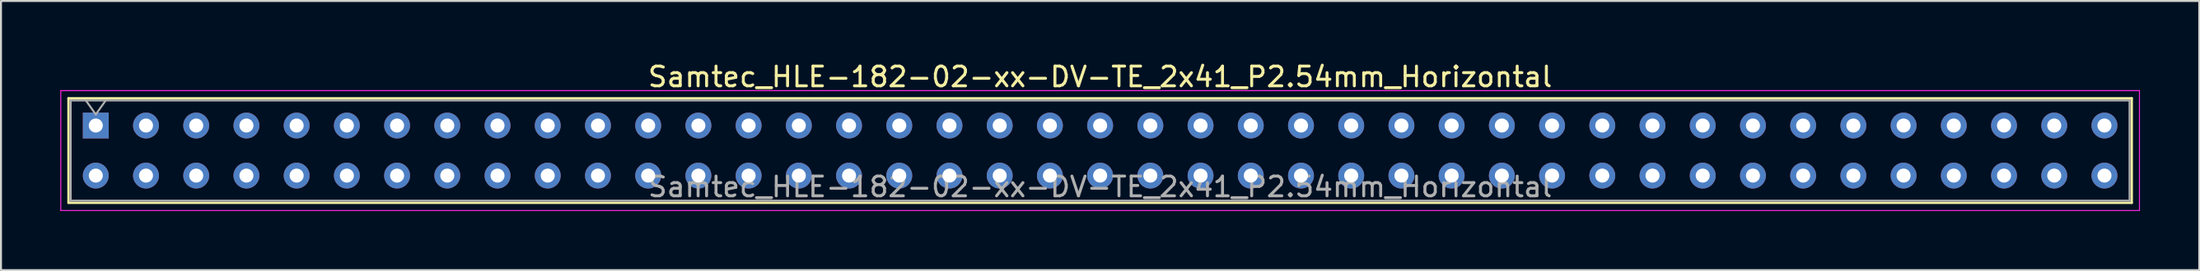
<source format=kicad_pcb>
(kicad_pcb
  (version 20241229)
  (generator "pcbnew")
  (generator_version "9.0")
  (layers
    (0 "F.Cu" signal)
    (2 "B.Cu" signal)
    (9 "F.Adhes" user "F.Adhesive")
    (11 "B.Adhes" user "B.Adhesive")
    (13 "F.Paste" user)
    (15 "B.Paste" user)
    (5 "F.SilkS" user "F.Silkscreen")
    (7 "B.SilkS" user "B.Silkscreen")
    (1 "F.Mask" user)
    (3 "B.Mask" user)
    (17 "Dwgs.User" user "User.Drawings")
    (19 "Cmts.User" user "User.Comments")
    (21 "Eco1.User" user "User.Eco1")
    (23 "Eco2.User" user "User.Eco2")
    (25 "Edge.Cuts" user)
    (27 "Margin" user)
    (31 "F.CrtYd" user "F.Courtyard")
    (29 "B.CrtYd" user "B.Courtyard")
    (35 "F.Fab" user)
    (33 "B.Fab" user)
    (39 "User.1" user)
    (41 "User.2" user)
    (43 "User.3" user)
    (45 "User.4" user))
  (footprint "Samtec_HLE-182-02-xx-DV-TE_2x41_P2.54mm_Horizontal"
    (layer "F.Cu")
    (at 1.795 3.318)
    (property "Reference" "Samtec_HLE-182-02-xx-DV-TE_2x41_P2.54mm_Horizontal" (at 50.8 -2.47 0) (layer "F.SilkS") (effects (font (size 1 1) (thickness 0.15))))
    (attr through_hole)
    (fp_line (start -1.38 -1.38) (end 102.98 -1.38) (stroke (width 0.12) (type solid)) (layer "F.SilkS"))
    (fp_line (start -1.38 3.92) (end -1.38 -1.38) (stroke (width 0.12) (type solid)) (layer "F.SilkS"))
    (fp_line (start 102.98 -1.38) (end 102.98 3.92) (stroke (width 0.12) (type solid)) (layer "F.SilkS"))
    (fp_line (start 102.98 3.92) (end -1.38 3.92) (stroke (width 0.12) (type solid)) (layer "F.SilkS"))
    (fp_line (start -1.77 -1.77) (end 103.37 -1.77) (stroke (width 0.05) (type solid)) (layer "F.CrtYd"))
    (fp_line (start -1.77 4.31) (end -1.77 -1.77) (stroke (width 0.05) (type solid)) (layer "F.CrtYd"))
    (fp_line (start 103.37 -1.77) (end 103.37 4.31) (stroke (width 0.05) (type solid)) (layer "F.CrtYd"))
    (fp_line (start 103.37 4.31) (end -1.77 4.31) (stroke (width 0.05) (type solid)) (layer "F.CrtYd"))
    (fp_line (start -1.27 -1.27) (end 102.87 -1.27) (stroke (width 0.1) (type solid)) (layer "F.Fab"))
    (fp_line (start -1.27 3.81) (end -1.27 -1.27) (stroke (width 0.1) (type solid)) (layer "F.Fab"))
    (fp_line (start -0.5 -1.27) (end 0 -0.563) (stroke (width 0.1) (type solid)) (layer "F.Fab"))
    (fp_line (start 0 -0.563) (end 0.5 -1.27) (stroke (width 0.1) (type solid)) (layer "F.Fab"))
    (fp_line (start 102.87 -1.27) (end 102.87 3.81) (stroke (width 0.1) (type solid)) (layer "F.Fab"))
    (fp_line (start 102.87 3.81) (end -1.27 3.81) (stroke (width 0.1) (type solid)) (layer "F.Fab"))
    (fp_text user "${REFERENCE}" (at 50.8 3.11 0) (layer "F.Fab") (effects (font (size 1 1) (thickness 0.15))))
    (pad "1" thru_hole rect (at 0 0) (size 1.31 1.31) (drill 0.71) (layers "*.Cu" "*.Mask"))
    (pad "2" thru_hole circle (at 0 2.54) (size 1.31 1.31) (drill 0.71) (layers "*.Cu" "*.Mask"))
    (pad "3" thru_hole circle (at 2.54 0) (size 1.31 1.31) (drill 0.71) (layers "*.Cu" "*.Mask"))
    (pad "4" thru_hole circle (at 2.54 2.54) (size 1.31 1.31) (drill 0.71) (layers "*.Cu" "*.Mask"))
    (pad "5" thru_hole circle (at 5.08 0) (size 1.31 1.31) (drill 0.71) (layers "*.Cu" "*.Mask"))
    (pad "6" thru_hole circle (at 5.08 2.54) (size 1.31 1.31) (drill 0.71) (layers "*.Cu" "*.Mask"))
    (pad "7" thru_hole circle (at 7.62 0) (size 1.31 1.31) (drill 0.71) (layers "*.Cu" "*.Mask"))
    (pad "8" thru_hole circle (at 7.62 2.54) (size 1.31 1.31) (drill 0.71) (layers "*.Cu" "*.Mask"))
    (pad "9" thru_hole circle (at 10.16 0) (size 1.31 1.31) (drill 0.71) (layers "*.Cu" "*.Mask"))
    (pad "10" thru_hole circle (at 10.16 2.54) (size 1.31 1.31) (drill 0.71) (layers "*.Cu" "*.Mask"))
    (pad "11" thru_hole circle (at 12.7 0) (size 1.31 1.31) (drill 0.71) (layers "*.Cu" "*.Mask"))
    (pad "12" thru_hole circle (at 12.7 2.54) (size 1.31 1.31) (drill 0.71) (layers "*.Cu" "*.Mask"))
    (pad "13" thru_hole circle (at 15.24 0) (size 1.31 1.31) (drill 0.71) (layers "*.Cu" "*.Mask"))
    (pad "14" thru_hole circle (at 15.24 2.54) (size 1.31 1.31) (drill 0.71) (layers "*.Cu" "*.Mask"))
    (pad "15" thru_hole circle (at 17.78 0) (size 1.31 1.31) (drill 0.71) (layers "*.Cu" "*.Mask"))
    (pad "16" thru_hole circle (at 17.78 2.54) (size 1.31 1.31) (drill 0.71) (layers "*.Cu" "*.Mask"))
    (pad "17" thru_hole circle (at 20.32 0) (size 1.31 1.31) (drill 0.71) (layers "*.Cu" "*.Mask"))
    (pad "18" thru_hole circle (at 20.32 2.54) (size 1.31 1.31) (drill 0.71) (layers "*.Cu" "*.Mask"))
    (pad "19" thru_hole circle (at 22.86 0) (size 1.31 1.31) (drill 0.71) (layers "*.Cu" "*.Mask"))
    (pad "20" thru_hole circle (at 22.86 2.54) (size 1.31 1.31) (drill 0.71) (layers "*.Cu" "*.Mask"))
    (pad "21" thru_hole circle (at 25.4 0) (size 1.31 1.31) (drill 0.71) (layers "*.Cu" "*.Mask"))
    (pad "22" thru_hole circle (at 25.4 2.54) (size 1.31 1.31) (drill 0.71) (layers "*.Cu" "*.Mask"))
    (pad "23" thru_hole circle (at 27.94 0) (size 1.31 1.31) (drill 0.71) (layers "*.Cu" "*.Mask"))
    (pad "24" thru_hole circle (at 27.94 2.54) (size 1.31 1.31) (drill 0.71) (layers "*.Cu" "*.Mask"))
    (pad "25" thru_hole circle (at 30.48 0) (size 1.31 1.31) (drill 0.71) (layers "*.Cu" "*.Mask"))
    (pad "26" thru_hole circle (at 30.48 2.54) (size 1.31 1.31) (drill 0.71) (layers "*.Cu" "*.Mask"))
    (pad "27" thru_hole circle (at 33.02 0) (size 1.31 1.31) (drill 0.71) (layers "*.Cu" "*.Mask"))
    (pad "28" thru_hole circle (at 33.02 2.54) (size 1.31 1.31) (drill 0.71) (layers "*.Cu" "*.Mask"))
    (pad "29" thru_hole circle (at 35.56 0) (size 1.31 1.31) (drill 0.71) (layers "*.Cu" "*.Mask"))
    (pad "30" thru_hole circle (at 35.56 2.54) (size 1.31 1.31) (drill 0.71) (layers "*.Cu" "*.Mask"))
    (pad "31" thru_hole circle (at 38.1 0) (size 1.31 1.31) (drill 0.71) (layers "*.Cu" "*.Mask"))
    (pad "32" thru_hole circle (at 38.1 2.54) (size 1.31 1.31) (drill 0.71) (layers "*.Cu" "*.Mask"))
    (pad "33" thru_hole circle (at 40.64 0) (size 1.31 1.31) (drill 0.71) (layers "*.Cu" "*.Mask"))
    (pad "34" thru_hole circle (at 40.64 2.54) (size 1.31 1.31) (drill 0.71) (layers "*.Cu" "*.Mask"))
    (pad "35" thru_hole circle (at 43.18 0) (size 1.31 1.31) (drill 0.71) (layers "*.Cu" "*.Mask"))
    (pad "36" thru_hole circle (at 43.18 2.54) (size 1.31 1.31) (drill 0.71) (layers "*.Cu" "*.Mask"))
    (pad "37" thru_hole circle (at 45.72 0) (size 1.31 1.31) (drill 0.71) (layers "*.Cu" "*.Mask"))
    (pad "38" thru_hole circle (at 45.72 2.54) (size 1.31 1.31) (drill 0.71) (layers "*.Cu" "*.Mask"))
    (pad "39" thru_hole circle (at 48.26 0) (size 1.31 1.31) (drill 0.71) (layers "*.Cu" "*.Mask"))
    (pad "40" thru_hole circle (at 48.26 2.54) (size 1.31 1.31) (drill 0.71) (layers "*.Cu" "*.Mask"))
    (pad "41" thru_hole circle (at 50.8 0) (size 1.31 1.31) (drill 0.71) (layers "*.Cu" "*.Mask"))
    (pad "42" thru_hole circle (at 50.8 2.54) (size 1.31 1.31) (drill 0.71) (layers "*.Cu" "*.Mask"))
    (pad "43" thru_hole circle (at 53.34 0) (size 1.31 1.31) (drill 0.71) (layers "*.Cu" "*.Mask"))
    (pad "44" thru_hole circle (at 53.34 2.54) (size 1.31 1.31) (drill 0.71) (layers "*.Cu" "*.Mask"))
    (pad "45" thru_hole circle (at 55.88 0) (size 1.31 1.31) (drill 0.71) (layers "*.Cu" "*.Mask"))
    (pad "46" thru_hole circle (at 55.88 2.54) (size 1.31 1.31) (drill 0.71) (layers "*.Cu" "*.Mask"))
    (pad "47" thru_hole circle (at 58.42 0) (size 1.31 1.31) (drill 0.71) (layers "*.Cu" "*.Mask"))
    (pad "48" thru_hole circle (at 58.42 2.54) (size 1.31 1.31) (drill 0.71) (layers "*.Cu" "*.Mask"))
    (pad "49" thru_hole circle (at 60.96 0) (size 1.31 1.31) (drill 0.71) (layers "*.Cu" "*.Mask"))
    (pad "50" thru_hole circle (at 60.96 2.54) (size 1.31 1.31) (drill 0.71) (layers "*.Cu" "*.Mask"))
    (pad "51" thru_hole circle (at 63.5 0) (size 1.31 1.31) (drill 0.71) (layers "*.Cu" "*.Mask"))
    (pad "52" thru_hole circle (at 63.5 2.54) (size 1.31 1.31) (drill 0.71) (layers "*.Cu" "*.Mask"))
    (pad "53" thru_hole circle (at 66.04 0) (size 1.31 1.31) (drill 0.71) (layers "*.Cu" "*.Mask"))
    (pad "54" thru_hole circle (at 66.04 2.54) (size 1.31 1.31) (drill 0.71) (layers "*.Cu" "*.Mask"))
    (pad "55" thru_hole circle (at 68.58 0) (size 1.31 1.31) (drill 0.71) (layers "*.Cu" "*.Mask"))
    (pad "56" thru_hole circle (at 68.58 2.54) (size 1.31 1.31) (drill 0.71) (layers "*.Cu" "*.Mask"))
    (pad "57" thru_hole circle (at 71.12 0) (size 1.31 1.31) (drill 0.71) (layers "*.Cu" "*.Mask"))
    (pad "58" thru_hole circle (at 71.12 2.54) (size 1.31 1.31) (drill 0.71) (layers "*.Cu" "*.Mask"))
    (pad "59" thru_hole circle (at 73.66 0) (size 1.31 1.31) (drill 0.71) (layers "*.Cu" "*.Mask"))
    (pad "60" thru_hole circle (at 73.66 2.54) (size 1.31 1.31) (drill 0.71) (layers "*.Cu" "*.Mask"))
    (pad "61" thru_hole circle (at 76.2 0) (size 1.31 1.31) (drill 0.71) (layers "*.Cu" "*.Mask"))
    (pad "62" thru_hole circle (at 76.2 2.54) (size 1.31 1.31) (drill 0.71) (layers "*.Cu" "*.Mask"))
    (pad "63" thru_hole circle (at 78.74 0) (size 1.31 1.31) (drill 0.71) (layers "*.Cu" "*.Mask"))
    (pad "64" thru_hole circle (at 78.74 2.54) (size 1.31 1.31) (drill 0.71) (layers "*.Cu" "*.Mask"))
    (pad "65" thru_hole circle (at 81.28 0) (size 1.31 1.31) (drill 0.71) (layers "*.Cu" "*.Mask"))
    (pad "66" thru_hole circle (at 81.28 2.54) (size 1.31 1.31) (drill 0.71) (layers "*.Cu" "*.Mask"))
    (pad "67" thru_hole circle (at 83.82 0) (size 1.31 1.31) (drill 0.71) (layers "*.Cu" "*.Mask"))
    (pad "68" thru_hole circle (at 83.82 2.54) (size 1.31 1.31) (drill 0.71) (layers "*.Cu" "*.Mask"))
    (pad "69" thru_hole circle (at 86.36 0) (size 1.31 1.31) (drill 0.71) (layers "*.Cu" "*.Mask"))
    (pad "70" thru_hole circle (at 86.36 2.54) (size 1.31 1.31) (drill 0.71) (layers "*.Cu" "*.Mask"))
    (pad "71" thru_hole circle (at 88.9 0) (size 1.31 1.31) (drill 0.71) (layers "*.Cu" "*.Mask"))
    (pad "72" thru_hole circle (at 88.9 2.54) (size 1.31 1.31) (drill 0.71) (layers "*.Cu" "*.Mask"))
    (pad "73" thru_hole circle (at 91.44 0) (size 1.31 1.31) (drill 0.71) (layers "*.Cu" "*.Mask"))
    (pad "74" thru_hole circle (at 91.44 2.54) (size 1.31 1.31) (drill 0.71) (layers "*.Cu" "*.Mask"))
    (pad "75" thru_hole circle (at 93.98 0) (size 1.31 1.31) (drill 0.71) (layers "*.Cu" "*.Mask"))
    (pad "76" thru_hole circle (at 93.98 2.54) (size 1.31 1.31) (drill 0.71) (layers "*.Cu" "*.Mask"))
    (pad "77" thru_hole circle (at 96.52 0) (size 1.31 1.31) (drill 0.71) (layers "*.Cu" "*.Mask"))
    (pad "78" thru_hole circle (at 96.52 2.54) (size 1.31 1.31) (drill 0.71) (layers "*.Cu" "*.Mask"))
    (pad "79" thru_hole circle (at 99.06 0) (size 1.31 1.31) (drill 0.71) (layers "*.Cu" "*.Mask"))
    (pad "80" thru_hole circle (at 99.06 2.54) (size 1.31 1.31) (drill 0.71) (layers "*.Cu" "*.Mask"))
    (pad "81" thru_hole circle (at 101.6 0) (size 1.31 1.31) (drill 0.71) (layers "*.Cu" "*.Mask"))
    (pad "82" thru_hole circle (at 101.6 2.54) (size 1.31 1.31) (drill 0.71) (layers "*.Cu" "*.Mask")))
  (gr_rect
    (start -3 -3)
    (end 108.19 10.653)
    (stroke (width 0.1) (type default))
    (fill no)
    (layer "Edge.Cuts")))
</source>
